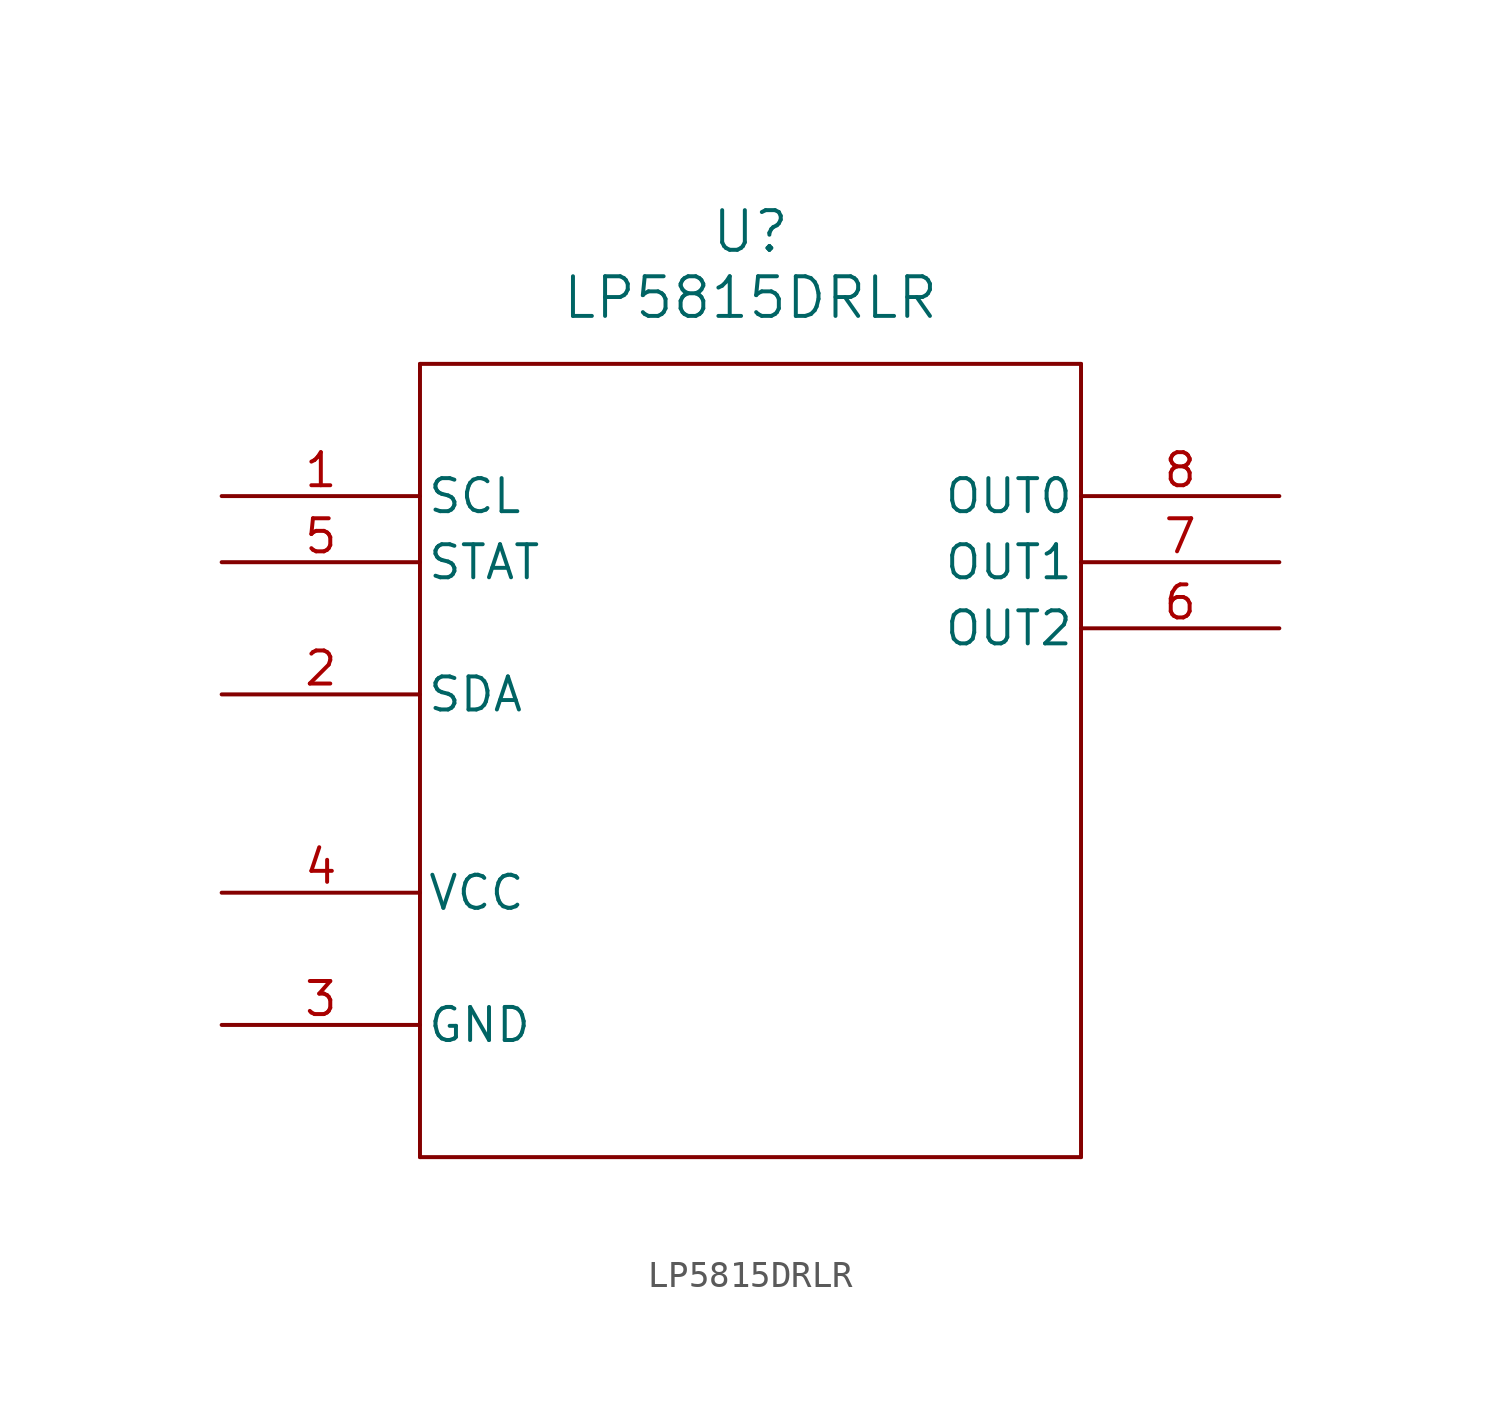
<source format=kicad_sym>
(kicad_symbol_lib
  (version 20211014)
  (generator kicad_symbol_editor)
  (symbol "LP5815DRLR"
    (pin_names
      (offset 0.254))
    (property "Reference" "U"
      (at 20.32 10.16 0)
      (effects (font (size 1.524 1.524))))
    (property "Value" "LP5815DRLR"
      (at 20.32 7.62 0)
      (effects (font (size 1.524 1.524))))
    (symbol "LP5815DRLR_0_1"
      (polyline (pts (xy 7.62 5.08) (xy 7.62 -25.4)) (stroke (width 0) (type default) (color 0 0 0 0)) (fill (type none)))
      (polyline (pts (xy 7.62 -25.4) (xy 33.02 -25.4)) (stroke (width 0) (type default) (color 0 0 0 0)) (fill (type none)))
      (polyline (pts (xy 33.02 -25.4) (xy 33.02 5.08)) (stroke (width 0) (type default) (color 0 0 0 0)) (fill (type none)))
      (polyline (pts (xy 33.02 5.08) (xy 7.62 5.08)) (stroke (width 0) (type default) (color 0 0 0 0)) (fill (type none)))
      (pin input line (at 0 0 0) (length 7.62) (name "SCL" (effects (font (size 1.27 1.27)))) (number "1" (effects (font (size 1.27 1.27)))))
      (pin bidirectional line (at 0 -7.62 0) (length 7.62) (name "SDA" (effects (font (size 1.27 1.27)))) (number "2" (effects (font (size 1.27 1.27)))))
      (pin power_in line (at 0 -20.32 0) (length 7.62) (name "GND" (effects (font (size 1.27 1.27)))) (number "3" (effects (font (size 1.27 1.27)))))
      (pin power_in line (at 0 -15.24 0) (length 7.62) (name "VCC" (effects (font (size 1.27 1.27)))) (number "4" (effects (font (size 1.27 1.27)))))
      (pin input line (at 0 -2.54 0) (length 7.62) (name "STAT" (effects (font (size 1.27 1.27)))) (number "5" (effects (font (size 1.27 1.27)))))
      (pin output line (at 40.64 -5.08 180) (length 7.62) (name "OUT2" (effects (font (size 1.27 1.27)))) (number "6" (effects (font (size 1.27 1.27)))))
      (pin output line (at 40.64 -2.54 180) (length 7.62) (name "OUT1" (effects (font (size 1.27 1.27)))) (number "7" (effects (font (size 1.27 1.27)))))
      (pin output line (at 40.64 0 180) (length 7.62) (name "OUT0" (effects (font (size 1.27 1.27)))) (number "8" (effects (font (size 1.27 1.27))))))))
</source>
